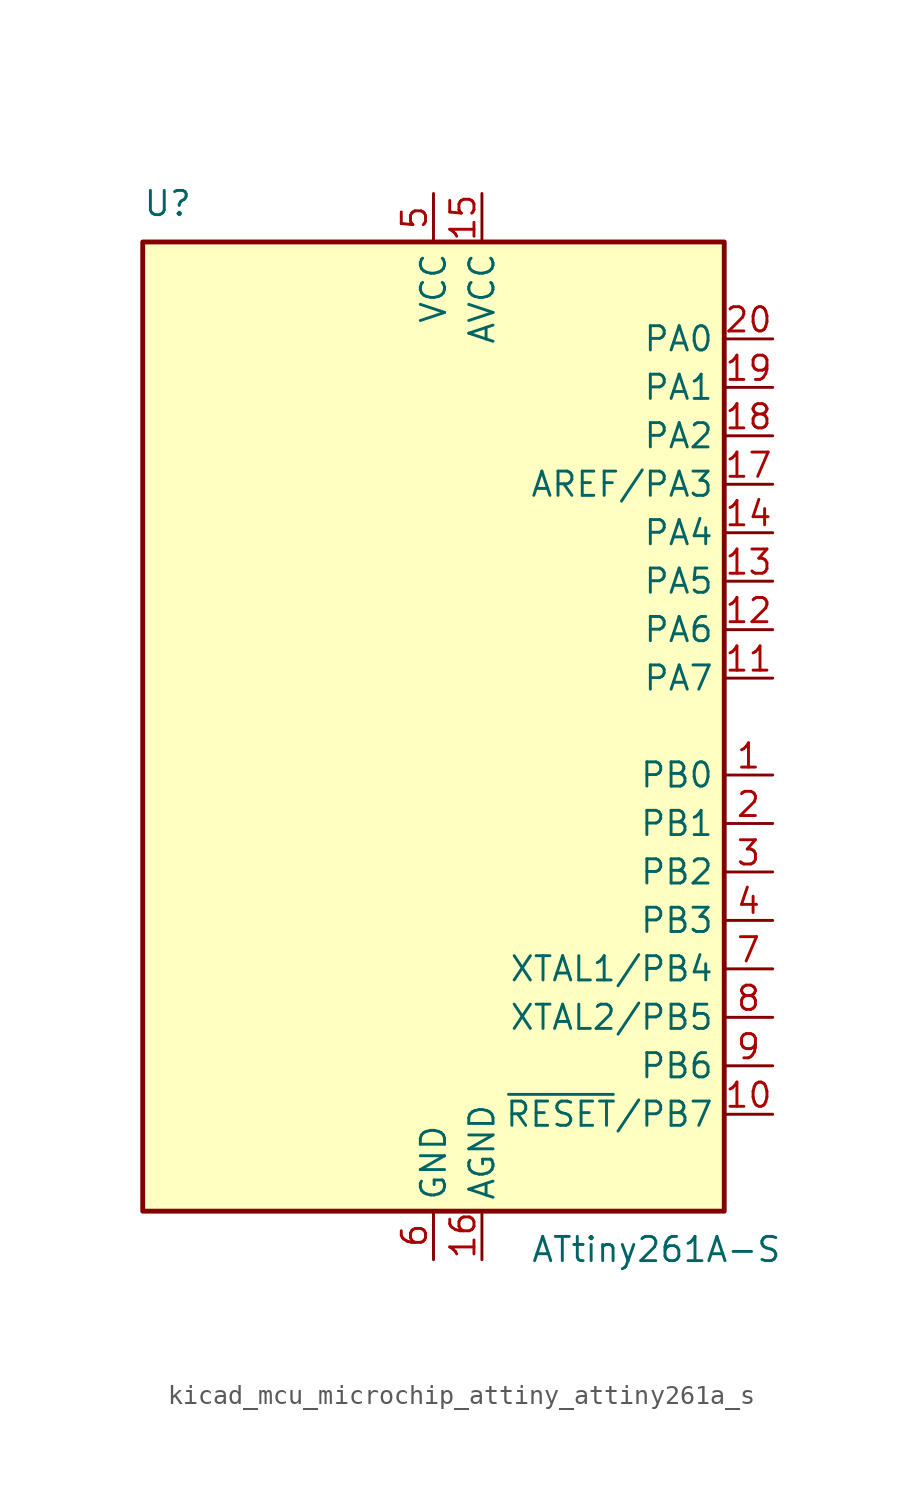
<source format=kicad_sym>
(kicad_symbol_lib
  (version 20220914)
  (generator kicad_symbol_editor)
  (symbol "kicad_mcu_microchip_attiny_attiny261a_s"
    (property "Reference" "U"
      (at -15.24 26.67 0)
      (effects (font (size 1.27 1.27)) (justify left bottom)))
    (property "Value" "ATtiny261A-S"
      (at 5.08 -26.67 0)
      (effects (font (size 1.27 1.27)) (justify left top)))
    (symbol "kicad_mcu_microchip_attiny_attiny261a_s_0_1"
      (rectangle (start -15.24 -25.4) (end 15.24 25.4) (stroke (width 0.254) (type default)) (fill (type background))))
    (symbol "kicad_mcu_microchip_attiny_attiny261a_s_1_1"
      (pin bidirectional line (at 17.78 -2.54 180) (length 2.54) (name "PB0" (effects (font (size 1.27 1.27)))) (number "1" (effects (font (size 1.27 1.27)))))
      (pin bidirectional line (at 17.78 -20.32 180) (length 2.54) (name "~{RESET}/PB7" (effects (font (size 1.27 1.27)))) (number "10" (effects (font (size 1.27 1.27)))))
      (pin bidirectional line (at 17.78 2.54 180) (length 2.54) (name "PA7" (effects (font (size 1.27 1.27)))) (number "11" (effects (font (size 1.27 1.27)))))
      (pin bidirectional line (at 17.78 5.08 180) (length 2.54) (name "PA6" (effects (font (size 1.27 1.27)))) (number "12" (effects (font (size 1.27 1.27)))))
      (pin bidirectional line (at 17.78 7.62 180) (length 2.54) (name "PA5" (effects (font (size 1.27 1.27)))) (number "13" (effects (font (size 1.27 1.27)))))
      (pin bidirectional line (at 17.78 10.16 180) (length 2.54) (name "PA4" (effects (font (size 1.27 1.27)))) (number "14" (effects (font (size 1.27 1.27)))))
      (pin power_in line (at 2.54 27.94 270) (length 2.54) (name "AVCC" (effects (font (size 1.27 1.27)))) (number "15" (effects (font (size 1.27 1.27)))))
      (pin power_in line (at 2.54 -27.94 90) (length 2.54) (name "AGND" (effects (font (size 1.27 1.27)))) (number "16" (effects (font (size 1.27 1.27)))))
      (pin bidirectional line (at 17.78 12.7 180) (length 2.54) (name "AREF/PA3" (effects (font (size 1.27 1.27)))) (number "17" (effects (font (size 1.27 1.27)))))
      (pin bidirectional line (at 17.78 15.24 180) (length 2.54) (name "PA2" (effects (font (size 1.27 1.27)))) (number "18" (effects (font (size 1.27 1.27)))))
      (pin bidirectional line (at 17.78 17.78 180) (length 2.54) (name "PA1" (effects (font (size 1.27 1.27)))) (number "19" (effects (font (size 1.27 1.27)))))
      (pin bidirectional line (at 17.78 -5.08 180) (length 2.54) (name "PB1" (effects (font (size 1.27 1.27)))) (number "2" (effects (font (size 1.27 1.27)))))
      (pin bidirectional line (at 17.78 20.32 180) (length 2.54) (name "PA0" (effects (font (size 1.27 1.27)))) (number "20" (effects (font (size 1.27 1.27)))))
      (pin bidirectional line (at 17.78 -7.62 180) (length 2.54) (name "PB2" (effects (font (size 1.27 1.27)))) (number "3" (effects (font (size 1.27 1.27)))))
      (pin bidirectional line (at 17.78 -10.16 180) (length 2.54) (name "PB3" (effects (font (size 1.27 1.27)))) (number "4" (effects (font (size 1.27 1.27)))))
      (pin power_in line (at 0 27.94 270) (length 2.54) (name "VCC" (effects (font (size 1.27 1.27)))) (number "5" (effects (font (size 1.27 1.27)))))
      (pin power_in line (at 0 -27.94 90) (length 2.54) (name "GND" (effects (font (size 1.27 1.27)))) (number "6" (effects (font (size 1.27 1.27)))))
      (pin bidirectional line (at 17.78 -12.7 180) (length 2.54) (name "XTAL1/PB4" (effects (font (size 1.27 1.27)))) (number "7" (effects (font (size 1.27 1.27)))))
      (pin bidirectional line (at 17.78 -15.24 180) (length 2.54) (name "XTAL2/PB5" (effects (font (size 1.27 1.27)))) (number "8" (effects (font (size 1.27 1.27)))))
      (pin bidirectional line (at 17.78 -17.78 180) (length 2.54) (name "PB6" (effects (font (size 1.27 1.27)))) (number "9" (effects (font (size 1.27 1.27))))))))
</source>
